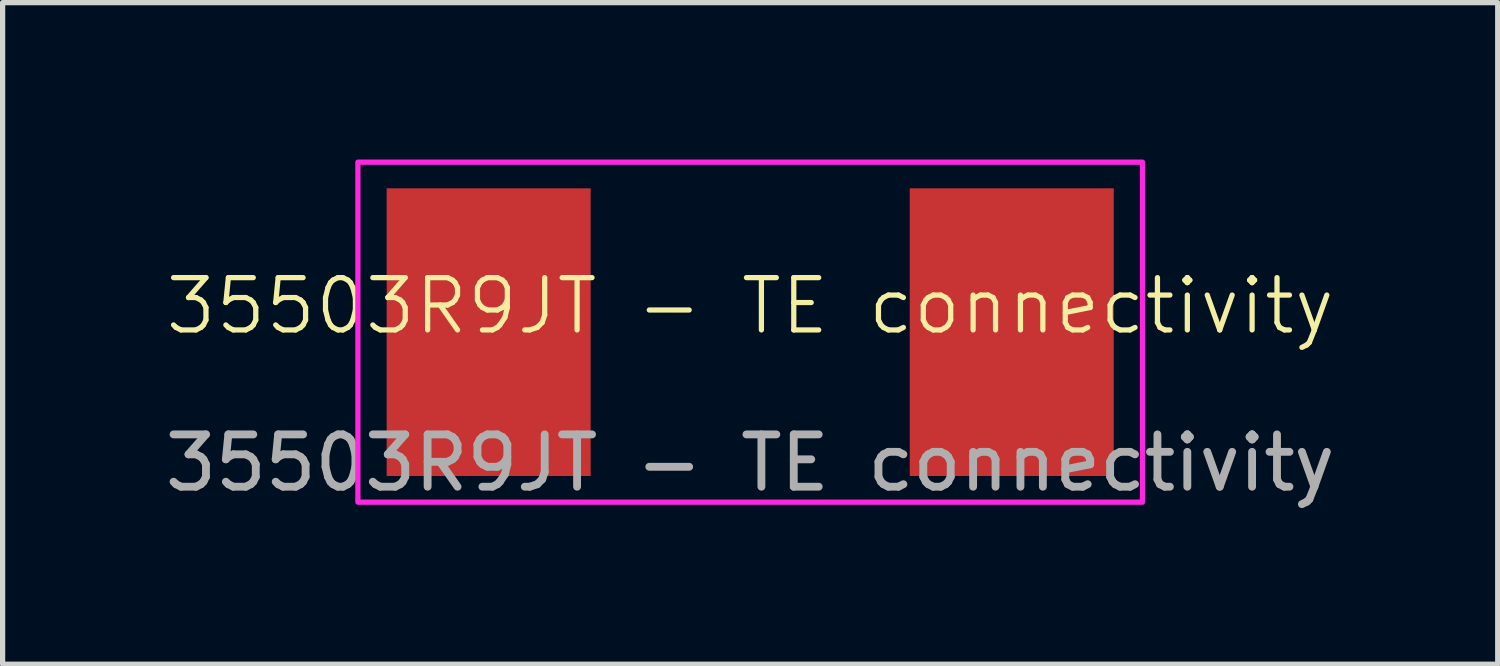
<source format=kicad_pcb>
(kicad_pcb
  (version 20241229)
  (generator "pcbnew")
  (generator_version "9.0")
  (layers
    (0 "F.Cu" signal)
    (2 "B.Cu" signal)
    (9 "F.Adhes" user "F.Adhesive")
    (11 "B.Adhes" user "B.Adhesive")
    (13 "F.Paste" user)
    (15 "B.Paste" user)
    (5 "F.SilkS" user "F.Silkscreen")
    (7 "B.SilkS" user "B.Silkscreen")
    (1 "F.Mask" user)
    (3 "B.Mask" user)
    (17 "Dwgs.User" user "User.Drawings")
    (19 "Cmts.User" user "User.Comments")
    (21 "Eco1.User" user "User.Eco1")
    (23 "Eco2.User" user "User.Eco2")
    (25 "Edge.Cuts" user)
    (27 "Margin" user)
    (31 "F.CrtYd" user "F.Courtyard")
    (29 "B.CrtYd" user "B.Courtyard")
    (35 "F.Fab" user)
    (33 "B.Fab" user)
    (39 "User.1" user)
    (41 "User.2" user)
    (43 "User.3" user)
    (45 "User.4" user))
  (footprint "35503R9JT - TE connectivity"
    (layer "F.Cu")
    (at 11.292 3.3)
    (property "Reference" "35503R9JT - TE connectivity" (at 0 -0.5 0) (unlocked yes) (layer "F.SilkS") (effects (font (size 1 1) (thickness 0.1))))
    (attr smd)
    (fp_rect (start -7.5 -3.25) (end 7.5 3.25) (stroke (width 0.1) (type default)) (fill no) (layer "F.CrtYd"))
    (fp_text user "${REFERENCE}" (at 0 2.5 0) (unlocked yes) (layer "F.Fab") (effects (font (size 1 1) (thickness 0.15))))
    (pad "1" smd rect (at -5 0 90) (size 5.5 3.9) (layers "F.Cu" "F.Mask" "F.Paste"))
    (pad "2" smd rect (at 5 0 90) (size 5.5 3.9) (layers "F.Cu" "F.Mask" "F.Paste")))
  (gr_rect
    (start -3 -3)
    (end 25.583 9.648)
    (stroke (width 0.1) (type default))
    (fill no)
    (layer "Edge.Cuts")))
</source>
